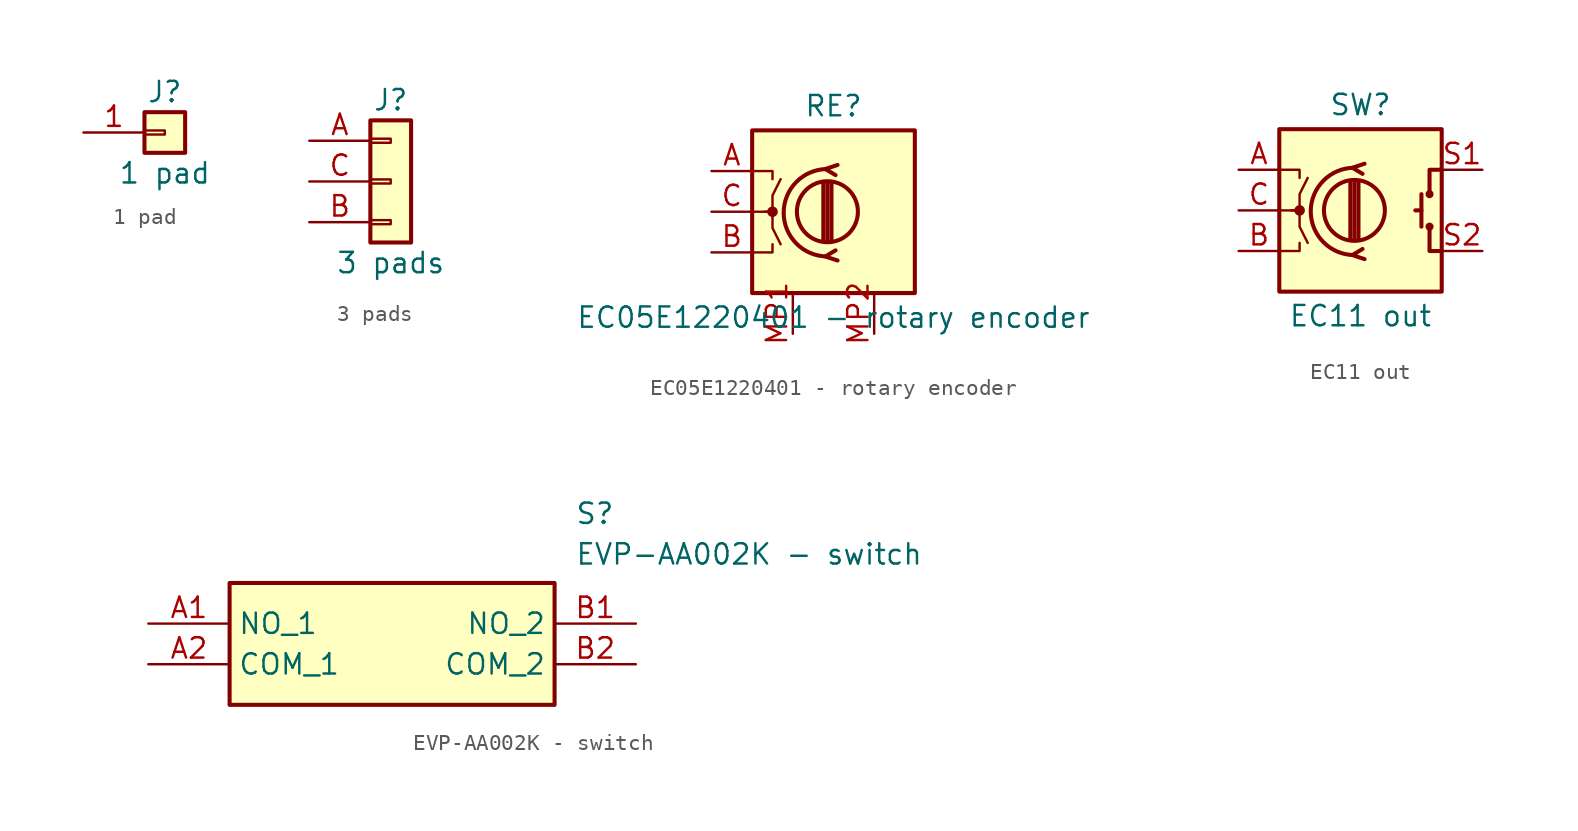
<source format=kicad_sym>
(kicad_symbol_lib
  (version 20220914)
  (generator kicad_symbol_editor)
  (symbol "1 pad"
    (pin_names
      (offset 1.016) hide)
    (property "Reference" "J"
      (at 0 2.54 0)
      (effects (font (size 1.27 1.27))))
    (property "Value" "1 pad"
      (at 0 -2.54 0)
      (effects (font (size 1.27 1.27))))
    (symbol "1 pad_1_1"
      (rectangle (start -1.27 0.127) (end 0 -0.127) (stroke (width 0.152) (type default)) (fill (type none)))
      (rectangle (start -1.27 1.27) (end 1.27 -1.27) (stroke (width 0.254) (type default)) (fill (type background)))
      (pin passive line (at -5.08 0 0) (length 3.81) (name "Pin_1" (effects (font (size 1.27 1.27)))) (number "1" (effects (font (size 1.27 1.27)))))))
  (symbol "3 pads"
    (pin_names
      (offset 1.016) hide)
    (property "Reference" "J"
      (at 0 5.08 0)
      (effects (font (size 1.27 1.27))))
    (property "Value" "3 pads"
      (at 0 -5.08 0)
      (effects (font (size 1.27 1.27))))
    (symbol "3 pads_1_1"
      (rectangle (start -1.27 -2.413) (end 0 -2.667) (stroke (width 0.152) (type default)) (fill (type none)))
      (rectangle (start -1.27 0.127) (end 0 -0.127) (stroke (width 0.152) (type default)) (fill (type none)))
      (rectangle (start -1.27 2.667) (end 0 2.413) (stroke (width 0.152) (type default)) (fill (type none)))
      (rectangle (start -1.27 3.81) (end 1.27 -3.81) (stroke (width 0.254) (type default)) (fill (type background)))
      (pin passive line (at -5.08 2.54 0) (length 3.81) (name "A" (effects (font (size 1.27 1.27)))) (number "A" (effects (font (size 1.27 1.27)))))
      (pin passive line (at -5.08 -2.54 0) (length 3.81) (name "B" (effects (font (size 1.27 1.27)))) (number "B" (effects (font (size 1.27 1.27)))))
      (pin passive line (at -5.08 0 0) (length 3.81) (name "C" (effects (font (size 1.27 1.27)))) (number "C" (effects (font (size 1.27 1.27)))))))
  (symbol "EC05E1220401 - rotary encoder"
    (pin_names
      (offset 0.254) hide)
    (property "Reference" "RE"
      (at 0 6.604 0)
      (effects (font (size 1.27 1.27))))
    (property "Value" "EC05E1220401 - rotary encoder"
      (at 0 -6.604 0)
      (effects (font (size 1.27 1.27))))
    (symbol "EC05E1220401 - rotary encoder_0_1"
      (rectangle (start -5.08 5.08) (end 5.08 -5.08) (stroke (width 0.254) (type default)) (fill (type background)))
      (circle (center -3.81 0) (radius 0.254) (stroke (width 0) (type default)) (fill (type outline)))
      (circle (center -0.381 0) (radius 1.905) (stroke (width 0.254) (type default)) (fill (type none)))
      (arc (start -0.381 2.667) (mid -3.0988 -0.0635) (end -0.381 -2.794) (stroke (width 0.254) (type default)) (fill (type none)))
      (polyline (pts (xy -0.635 -1.778) (xy -0.635 1.778)) (stroke (width 0.254) (type default)) (fill (type none)))
      (polyline (pts (xy -0.381 -1.778) (xy -0.381 1.778)) (stroke (width 0.254) (type default)) (fill (type none)))
      (polyline (pts (xy -0.127 1.778) (xy -0.127 -1.778)) (stroke (width 0.254) (type default)) (fill (type none)))
      (polyline (pts (xy -5.08 -2.54) (xy -3.81 -2.54) (xy -3.81 -2.032)) (stroke (width 0) (type default)) (fill (type none)))
      (polyline (pts (xy -5.08 2.54) (xy -3.81 2.54) (xy -3.81 2.032)) (stroke (width 0) (type default)) (fill (type none)))
      (polyline (pts (xy 0.254 -3.048) (xy -0.508 -2.794) (xy 0.127 -2.413)) (stroke (width 0.254) (type default)) (fill (type none)))
      (polyline (pts (xy 0.254 2.921) (xy -0.508 2.667) (xy 0.127 2.286)) (stroke (width 0.254) (type default)) (fill (type none)))
      (polyline (pts (xy -5.08 0) (xy -3.81 0) (xy -3.81 -1.016) (xy -3.302 -2.032)) (stroke (width 0) (type default)) (fill (type none)))
      (polyline (pts (xy -4.318 0) (xy -3.81 0) (xy -3.81 1.016) (xy -3.302 2.032)) (stroke (width 0) (type default)) (fill (type none))))
    (symbol "EC05E1220401 - rotary encoder_1_1"
      (pin passive line (at -7.62 2.54 0) (length 2.54) (name "A" (effects (font (size 1.27 1.27)))) (number "A" (effects (font (size 1.27 1.27)))))
      (pin passive line (at -7.62 -2.54 0) (length 2.54) (name "B" (effects (font (size 1.27 1.27)))) (number "B" (effects (font (size 1.27 1.27)))))
      (pin passive line (at -7.62 0 0) (length 2.54) (name "C" (effects (font (size 1.27 1.27)))) (number "C" (effects (font (size 1.27 1.27)))))
      (pin passive line (at -2.54 -7.62 90) (length 2.54) (name "MP1" (effects (font (size 1.27 1.27)))) (number "MP1" (effects (font (size 1.27 1.27)))))
      (pin input line (at 2.54 -7.62 90) (length 2.54) (name "MP2" (effects (font (size 1.27 1.27)))) (number "MP2" (effects (font (size 1.27 1.27)))))))
  (symbol "EC11 out"
    (pin_names
      (offset 0.254) hide)
    (property "Reference" "SW"
      (at 0 6.604 0)
      (effects (font (size 1.27 1.27))))
    (property "Value" "EC11 out"
      (at 0 -6.604 0)
      (effects (font (size 1.27 1.27))))
    (symbol "EC11 out_0_1"
      (rectangle (start -5.08 5.08) (end 5.08 -5.08) (stroke (width 0.254) (type default)) (fill (type background)))
      (circle (center -3.81 0) (radius 0.254) (stroke (width 0) (type default)) (fill (type outline)))
      (circle (center -0.381 0) (radius 1.905) (stroke (width 0.254) (type default)) (fill (type none)))
      (arc (start -0.381 2.667) (mid -3.0988 -0.0635) (end -0.381 -2.794) (stroke (width 0.254) (type default)) (fill (type none)))
      (polyline (pts (xy -0.635 -1.778) (xy -0.635 1.778)) (stroke (width 0.254) (type default)) (fill (type none)))
      (polyline (pts (xy -0.381 -1.778) (xy -0.381 1.778)) (stroke (width 0.254) (type default)) (fill (type none)))
      (polyline (pts (xy -0.127 1.778) (xy -0.127 -1.778)) (stroke (width 0.254) (type default)) (fill (type none)))
      (polyline (pts (xy 3.81 0) (xy 3.429 0)) (stroke (width 0.254) (type default)) (fill (type none)))
      (polyline (pts (xy 3.81 1.016) (xy 3.81 -1.016)) (stroke (width 0.254) (type default)) (fill (type none)))
      (polyline (pts (xy -5.08 -2.54) (xy -3.81 -2.54) (xy -3.81 -2.032)) (stroke (width 0) (type default)) (fill (type none)))
      (polyline (pts (xy -5.08 2.54) (xy -3.81 2.54) (xy -3.81 2.032)) (stroke (width 0) (type default)) (fill (type none)))
      (polyline (pts (xy 0.254 -3.048) (xy -0.508 -2.794) (xy 0.127 -2.413)) (stroke (width 0.254) (type default)) (fill (type none)))
      (polyline (pts (xy 0.254 2.921) (xy -0.508 2.667) (xy 0.127 2.286)) (stroke (width 0.254) (type default)) (fill (type none)))
      (polyline (pts (xy 5.08 -2.54) (xy 4.318 -2.54) (xy 4.318 -1.016)) (stroke (width 0.254) (type default)) (fill (type none)))
      (polyline (pts (xy 5.08 2.54) (xy 4.318 2.54) (xy 4.318 1.016)) (stroke (width 0.254) (type default)) (fill (type none)))
      (polyline (pts (xy -5.08 0) (xy -3.81 0) (xy -3.81 -1.016) (xy -3.302 -2.032)) (stroke (width 0) (type default)) (fill (type none)))
      (polyline (pts (xy -4.318 0) (xy -3.81 0) (xy -3.81 1.016) (xy -3.302 2.032)) (stroke (width 0) (type default)) (fill (type none)))
      (circle (center 4.318 -1.016) (radius 0.127) (stroke (width 0.254) (type default)) (fill (type none)))
      (circle (center 4.318 1.016) (radius 0.127) (stroke (width 0.254) (type default)) (fill (type none))))
    (symbol "EC11 out_1_1"
      (pin passive line (at -7.62 2.54 0) (length 2.54) (name "A" (effects (font (size 1.27 1.27)))) (number "A" (effects (font (size 1.27 1.27)))))
      (pin passive line (at -7.62 -2.54 0) (length 2.54) (name "B" (effects (font (size 1.27 1.27)))) (number "B" (effects (font (size 1.27 1.27)))))
      (pin passive line (at -7.62 0 0) (length 2.54) (name "C" (effects (font (size 1.27 1.27)))) (number "C" (effects (font (size 1.27 1.27)))))
      (pin passive line (at 7.62 2.54 180) (length 2.54) (name "S1" (effects (font (size 1.27 1.27)))) (number "S1" (effects (font (size 1.27 1.27)))))
      (pin passive line (at 7.62 -2.54 180) (length 2.54) (name "S2" (effects (font (size 1.27 1.27)))) (number "S2" (effects (font (size 1.27 1.27)))))))
  (symbol "EVP-AA002K - switch"
    (property "Reference" "S"
      (at 26.67 7.62 0)
      (effects (font (size 1.27 1.27)) (justify left top)))
    (property "Value" "EVP-AA002K - switch"
      (at 26.67 5.08 0)
      (effects (font (size 1.27 1.27)) (justify left top)))
    (symbol "EVP-AA002K - switch_1_1"
      (rectangle (start 5.08 2.54) (end 25.4 -5.08) (stroke (width 0.254) (type default)) (fill (type background)))
      (pin passive line (at 0 0 0) (length 5.08) (name "NO_1" (effects (font (size 1.27 1.27)))) (number "A1" (effects (font (size 1.27 1.27)))))
      (pin passive line (at 0 -2.54 0) (length 5.08) (name "COM_1" (effects (font (size 1.27 1.27)))) (number "A2" (effects (font (size 1.27 1.27)))))
      (pin passive line (at 30.48 0 180) (length 5.08) (name "NO_2" (effects (font (size 1.27 1.27)))) (number "B1" (effects (font (size 1.27 1.27)))))
      (pin passive line (at 30.48 -2.54 180) (length 5.08) (name "COM_2" (effects (font (size 1.27 1.27)))) (number "B2" (effects (font (size 1.27 1.27))))))))
</source>
